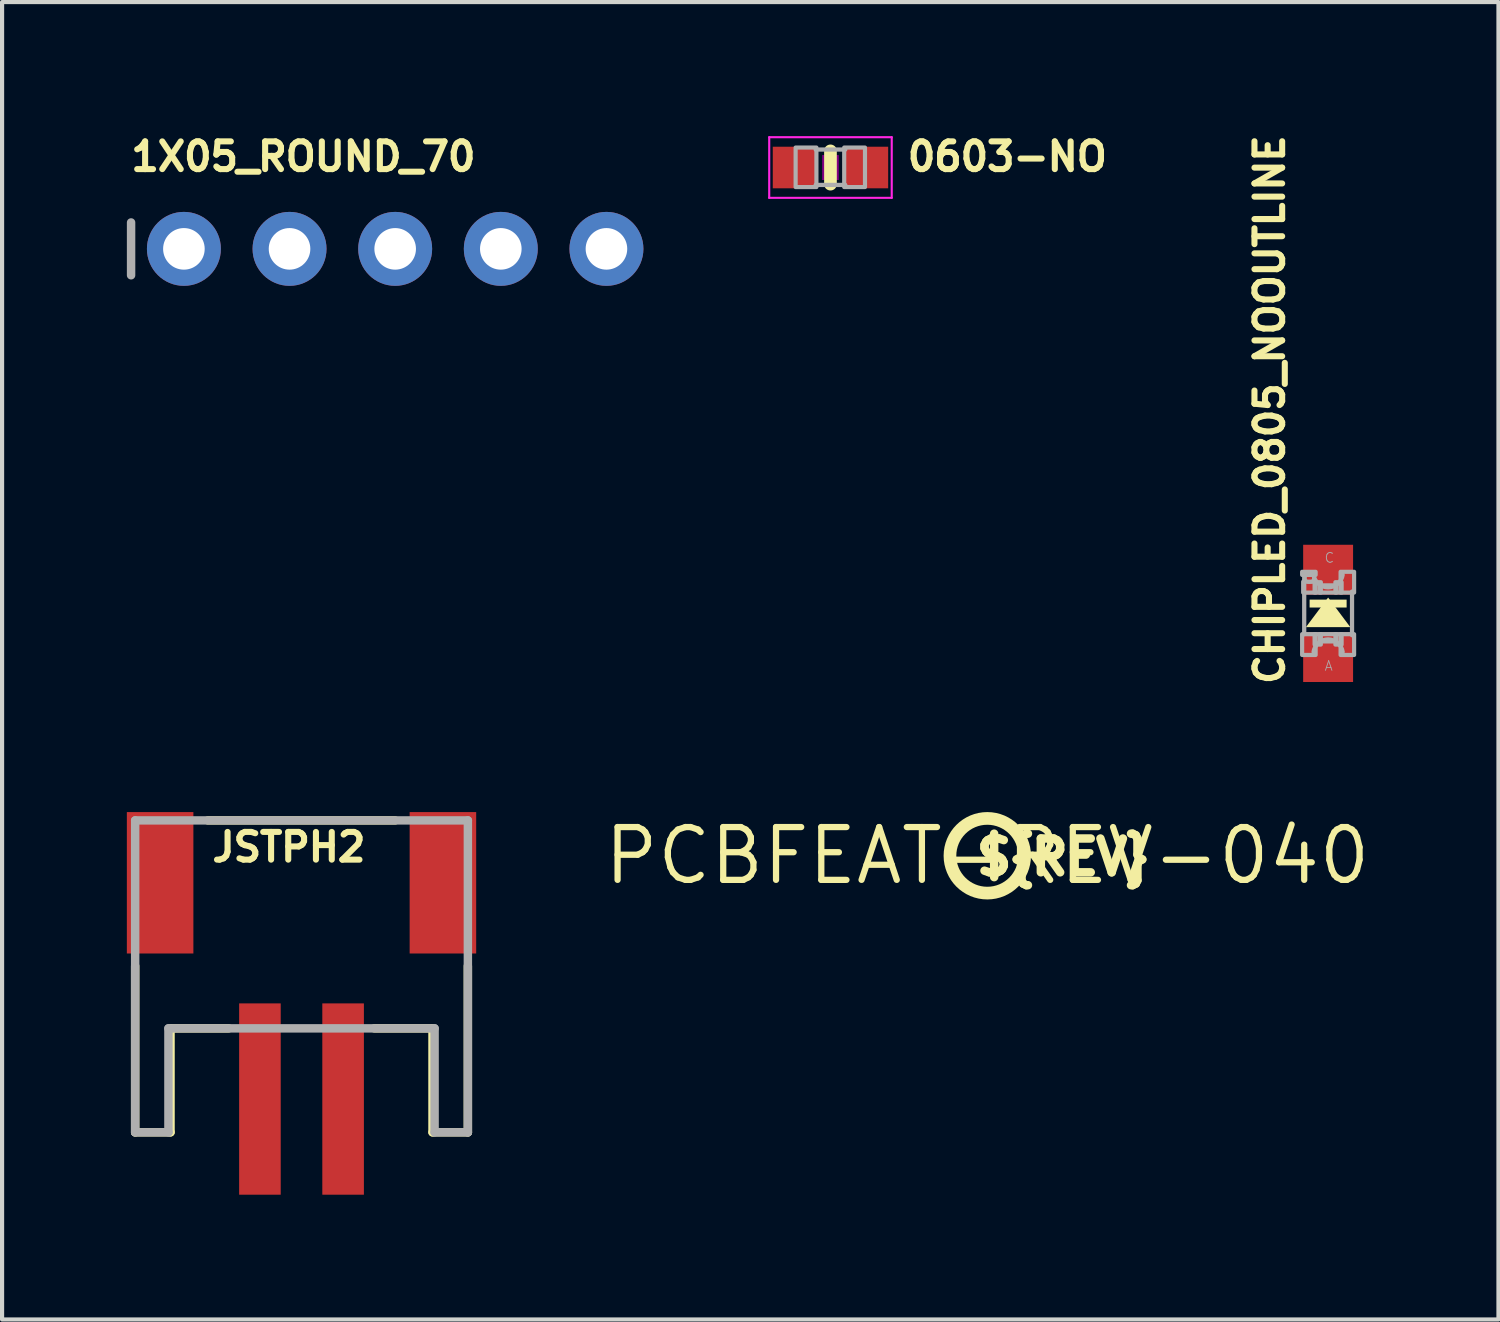
<source format=kicad_pcb>
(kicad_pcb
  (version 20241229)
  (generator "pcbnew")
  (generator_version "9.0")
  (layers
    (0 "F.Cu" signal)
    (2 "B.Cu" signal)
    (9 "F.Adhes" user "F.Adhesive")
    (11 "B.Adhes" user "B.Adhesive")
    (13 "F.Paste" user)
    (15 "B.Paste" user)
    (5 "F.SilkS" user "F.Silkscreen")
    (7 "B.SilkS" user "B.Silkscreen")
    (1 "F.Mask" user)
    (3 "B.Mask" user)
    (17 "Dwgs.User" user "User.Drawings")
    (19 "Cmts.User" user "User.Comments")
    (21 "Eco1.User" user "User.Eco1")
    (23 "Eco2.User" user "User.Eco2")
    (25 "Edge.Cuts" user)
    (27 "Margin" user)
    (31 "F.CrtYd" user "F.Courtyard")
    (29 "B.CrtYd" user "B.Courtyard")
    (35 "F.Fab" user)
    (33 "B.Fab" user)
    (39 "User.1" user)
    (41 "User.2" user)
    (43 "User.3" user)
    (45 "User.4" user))
  (footprint "1X05_ROUND_70"
    (layer "F.Cu")
    (at 6.452 2.934)
    (property "Reference" "1X05_ROUND_70" (at -6.426 -1.829 0) (layer "F.SilkS") (effects (font (size 0.666 0.666) (thickness 0.146)) (justify left bottom)))
    (fp_line (start -6.35 -0.635) (end -6.35 0.635) (stroke (width 0.203) (type solid)) (layer "F.Fab"))
    (fp_poly (pts (xy -5.334 0.254) (xy -4.826 0.254) (xy -4.826 -0.254) (xy -5.334 -0.254)) (stroke (width 0.1) (type default)) (fill no) (layer "F.Fab"))
    (fp_poly (pts (xy -2.794 0.254) (xy -2.286 0.254) (xy -2.286 -0.254) (xy -2.794 -0.254)) (stroke (width 0.1) (type default)) (fill no) (layer "F.Fab"))
    (fp_poly (pts (xy -0.254 0.254) (xy 0.254 0.254) (xy 0.254 -0.254) (xy -0.254 -0.254)) (stroke (width 0.1) (type default)) (fill no) (layer "F.Fab"))
    (fp_poly (pts (xy 2.286 0.254) (xy 2.794 0.254) (xy 2.794 -0.254) (xy 2.286 -0.254)) (stroke (width 0.1) (type default)) (fill no) (layer "F.Fab"))
    (fp_poly (pts (xy 4.826 0.254) (xy 5.334 0.254) (xy 5.334 -0.254) (xy 4.826 -0.254)) (stroke (width 0.1) (type default)) (fill no) (layer "F.Fab"))
    (pad "1" thru_hole circle (at -5.08 0 90) (size 1.778 1.778) (drill 1) (layers "*.Cu" "*.Mask"))
    (pad "2" thru_hole circle (at -2.54 0 90) (size 1.778 1.778) (drill 1) (layers "*.Cu" "*.Mask"))
    (pad "3" thru_hole circle (at 0 0 90) (size 1.778 1.778) (drill 1) (layers "*.Cu" "*.Mask"))
    (pad "4" thru_hole circle (at 2.54 0 90) (size 1.778 1.778) (drill 1) (layers "*.Cu" "*.Mask"))
    (pad "5" thru_hole circle (at 5.08 0 90) (size 1.778 1.778) (drill 1) (layers "*.Cu" "*.Mask")))
  (footprint "CHIPLED_0805_NOOUTLINE"
    (layer "F.Cu")
    (at 28.885 11.699)
    (property "Reference" "CHIPLED_0805_NOOUTLINE" (at -1.016 1.778 90) (layer "F.SilkS") (effects (font (size 0.666 0.666) (thickness 0.146)) (justify left bottom)))
    (fp_poly (pts (xy 0.533 0.33) (xy -0.533 0.33) (xy 0 -0.381)) (stroke (width 0) (type default)) (fill yes) (layer "F.SilkS"))
    (fp_poly (pts (xy -0.445 -0.141) (xy 0.445 -0.141) (xy 0.445 -0.331) (xy -0.445 -0.331)) (stroke (width 0) (type default)) (fill yes) (layer "F.SilkS"))
    (fp_line (start -0.575 0.5) (end -0.575 -0.925) (stroke (width 0.102) (type solid)) (layer "F.Fab"))
    (fp_line (start 0.575 -0.525) (end 0.575 0.525) (stroke (width 0.102) (type solid)) (layer "F.Fab"))
    (fp_arc (start -0.35 0.925) (mid -0.000001 0.625027) (end 0.35 0.924998) (stroke (width 0.1016) (type solid)) (layer "F.Fab"))
    (fp_arc (start 0.35 -0.924998) (mid -0.000001 -0.625027) (end -0.35 -0.925) (stroke (width 0.1016) (type solid)) (layer "F.Fab"))
    (fp_circle (center -0.45 -0.85) (end -0.347 -0.85) (stroke (width 0.076) (type solid)) (fill no) (layer "F.Fab"))
    (fp_poly (pts (xy -0.625 -0.925) (xy -0.3 -0.925) (xy -0.3 -1) (xy -0.625 -1)) (stroke (width 0.1) (type default)) (fill no) (layer "F.Fab"))
    (fp_poly (pts (xy -0.625 1) (xy -0.3 1) (xy -0.3 0.5) (xy -0.625 0.5)) (stroke (width 0.1) (type default)) (fill no) (layer "F.Fab"))
    (fp_poly (pts (xy -0.6 -0.5) (xy -0.3 -0.5) (xy -0.3 -0.762) (xy -0.6 -0.762)) (stroke (width 0.1) (type default)) (fill no) (layer "F.Fab"))
    (fp_poly (pts (xy -0.325 -0.5) (xy -0.175 -0.5) (xy -0.175 -0.75) (xy -0.325 -0.75)) (stroke (width 0.1) (type default)) (fill no) (layer "F.Fab"))
    (fp_poly (pts (xy -0.325 0.75) (xy -0.175 0.75) (xy -0.175 0.5) (xy -0.325 0.5)) (stroke (width 0.1) (type default)) (fill no) (layer "F.Fab"))
    (fp_poly (pts (xy -0.2 -0.5) (xy 0.2 -0.5) (xy 0.2 -0.675) (xy -0.2 -0.675)) (stroke (width 0.1) (type default)) (fill no) (layer "F.Fab"))
    (fp_poly (pts (xy -0.2 0.675) (xy 0.2 0.675) (xy 0.2 0.5) (xy -0.2 0.5)) (stroke (width 0.1) (type default)) (fill no) (layer "F.Fab"))
    (fp_poly (pts (xy 0.175 -0.5) (xy 0.325 -0.5) (xy 0.325 -0.75) (xy 0.175 -0.75)) (stroke (width 0.1) (type default)) (fill no) (layer "F.Fab"))
    (fp_poly (pts (xy 0.175 0.75) (xy 0.325 0.75) (xy 0.325 0.5) (xy 0.175 0.5)) (stroke (width 0.1) (type default)) (fill no) (layer "F.Fab"))
    (fp_poly (pts (xy 0.3 -0.5) (xy 0.625 -0.5) (xy 0.625 -1) (xy 0.3 -1)) (stroke (width 0.1) (type default)) (fill no) (layer "F.Fab"))
    (fp_poly (pts (xy 0.3 1) (xy 0.625 1) (xy 0.625 0.5) (xy 0.3 0.5)) (stroke (width 0.1) (type default)) (fill no) (layer "F.Fab"))
    (fp_text user "C" (at -0.1 -1.2 0) (layer "F.Fab") (effects (font (size 0.234 0.234) (thickness 0.02)) (justify left bottom)))
    (fp_text user "A" (at -0.1 1.4 0) (layer "F.Fab") (effects (font (size 0.234 0.234) (thickness 0.02)) (justify left bottom)))
    (pad "A" smd rect (at 0 1.05) (size 1.2 1.2) (layers "F.Cu" "F.Mask" "F.Paste"))
    (pad "C" smd rect (at 0 -1.05) (size 1.2 1.2) (layers "F.Cu" "F.Mask" "F.Paste")))
  (footprint "JSTPH2"
    (layer "F.Cu")
    (at 4.2 19.677)
    (property "Reference" "JSTPH2" (at -2.223 -1.968 0) (layer "F.SilkS") (effects (font (size 0.666 0.666) (thickness 0.146)) (justify left bottom)))
    (fp_line (start -4 4.5) (end -4 0.5) (stroke (width 0.203) (type solid)) (layer "F.SilkS"))
    (fp_line (start -3.15 2) (end -3.15 4.5) (stroke (width 0.203) (type solid)) (layer "F.SilkS"))
    (fp_line (start -3.15 4.5) (end -4 4.5) (stroke (width 0.203) (type solid)) (layer "F.SilkS"))
    (fp_line (start -2.25 -3) (end 2.25 -3) (stroke (width 0.203) (type solid)) (layer "F.SilkS"))
    (fp_line (start -1.75 2) (end -3.15 2) (stroke (width 0.203) (type solid)) (layer "F.SilkS"))
    (fp_line (start 3.15 2) (end 1.75 2) (stroke (width 0.203) (type solid)) (layer "F.SilkS"))
    (fp_line (start 3.15 4.5) (end 3.15 2) (stroke (width 0.203) (type solid)) (layer "F.SilkS"))
    (fp_line (start 4 0.5) (end 4 4.5) (stroke (width 0.203) (type solid)) (layer "F.SilkS"))
    (fp_line (start 4 4.5) (end 3.15 4.5) (stroke (width 0.203) (type solid)) (layer "F.SilkS"))
    (fp_line (start -4 -3) (end 4 -3) (stroke (width 0.203) (type solid)) (layer "F.Fab"))
    (fp_line (start -4 4.5) (end -4 -3) (stroke (width 0.203) (type solid)) (layer "F.Fab"))
    (fp_line (start -3.2 2) (end -3.2 4.5) (stroke (width 0.203) (type solid)) (layer "F.Fab"))
    (fp_line (start -3.2 4.5) (end -4 4.5) (stroke (width 0.203) (type solid)) (layer "F.Fab"))
    (fp_line (start 3.2 2) (end -3.2 2) (stroke (width 0.203) (type solid)) (layer "F.Fab"))
    (fp_line (start 3.2 4.5) (end 3.2 2) (stroke (width 0.203) (type solid)) (layer "F.Fab"))
    (fp_line (start 4 -3) (end 4 4.5) (stroke (width 0.203) (type solid)) (layer "F.Fab"))
    (fp_line (start 4 4.5) (end 3.2 4.5) (stroke (width 0.203) (type solid)) (layer "F.Fab"))
    (pad "1" smd rect (at -1 3.7) (size 1 4.6) (layers "F.Cu" "F.Mask" "F.Paste"))
    (pad "2" smd rect (at 1 3.7) (size 1 4.6) (layers "F.Cu" "F.Mask" "F.Paste"))
    (pad "NC1" smd rect (at -3.4 -1.5 90) (size 3.4 1.6) (layers "F.Cu" "F.Mask" "F.Paste"))
    (pad "NC2" smd rect (at 3.4 -1.5 90) (size 3.4 1.6) (layers "F.Cu" "F.Mask" "F.Paste")))
  (footprint "PCBFEAT-REV-040"
    (layer "F.Cu")
    (at 20.69 17.527)
    (property "Reference" "PCBFEAT-REV-040" (at 0 0 0) (layer "F.SilkS") (effects (font (size 1.27 1.27) (thickness 0.15))))
    (fp_circle (center 0 0) (end 0.898 0) (stroke (width 0.305) (type solid)) (fill no) (layer "F.SilkS"))
    (fp_text user "${REV}" (at -0.356 0.508 0) (layer "F.SilkS") (effects (font (size 0.813 0.813) (thickness 0.203)) (justify left bottom))))
  (footprint "0603-NO"
    (layer "F.Cu")
    (at 16.919 0.978)
    (property "Reference" "0603-NO" (at 1.778 0.127 0) (layer "F.SilkS") (effects (font (size 0.666 0.666) (thickness 0.146)) (justify left bottom)))
    (fp_line (start 0 -0.4) (end 0 0.4) (stroke (width 0.305) (type solid)) (layer "F.SilkS"))
    (fp_poly (pts (xy -0.2 0.3) (xy 0.2 0.3) (xy 0.2 -0.3) (xy -0.2 -0.3)) (stroke (width 0) (type default)) (fill yes) (layer "F.Adhes"))
    (fp_line (start -1.473 -0.729) (end 1.473 -0.729) (stroke (width 0.051) (type solid)) (layer "F.CrtYd"))
    (fp_line (start -1.473 0.729) (end -1.473 -0.729) (stroke (width 0.051) (type solid)) (layer "F.CrtYd"))
    (fp_line (start 1.473 -0.729) (end 1.473 0.729) (stroke (width 0.051) (type solid)) (layer "F.CrtYd"))
    (fp_line (start 1.473 0.729) (end -1.473 0.729) (stroke (width 0.051) (type solid)) (layer "F.CrtYd"))
    (fp_line (start -0.356 -0.432) (end 0.356 -0.432) (stroke (width 0.102) (type solid)) (layer "F.Fab"))
    (fp_line (start -0.356 0.419) (end 0.356 0.419) (stroke (width 0.102) (type solid)) (layer "F.Fab"))
    (fp_poly (pts (xy -0.838 0.47) (xy -0.338 0.47) (xy -0.338 -0.48) (xy -0.838 -0.48)) (stroke (width 0.1) (type default)) (fill no) (layer "F.Fab"))
    (fp_poly (pts (xy 0.33 0.47) (xy 0.83 0.47) (xy 0.83 -0.48) (xy 0.33 -0.48)) (stroke (width 0.1) (type default)) (fill no) (layer "F.Fab"))
    (pad "1" smd rect (at -0.85 0) (size 1.075 1) (layers "F.Cu" "F.Mask" "F.Paste"))
    (pad "2" smd rect (at 0.85 0) (size 1.075 1) (layers "F.Cu" "F.Mask" "F.Paste")))
  (gr_rect
    (start -3 -3)
    (end 32.981 28.677)
    (stroke (width 0.1) (type default))
    (fill no)
    (layer "Edge.Cuts")))
</source>
